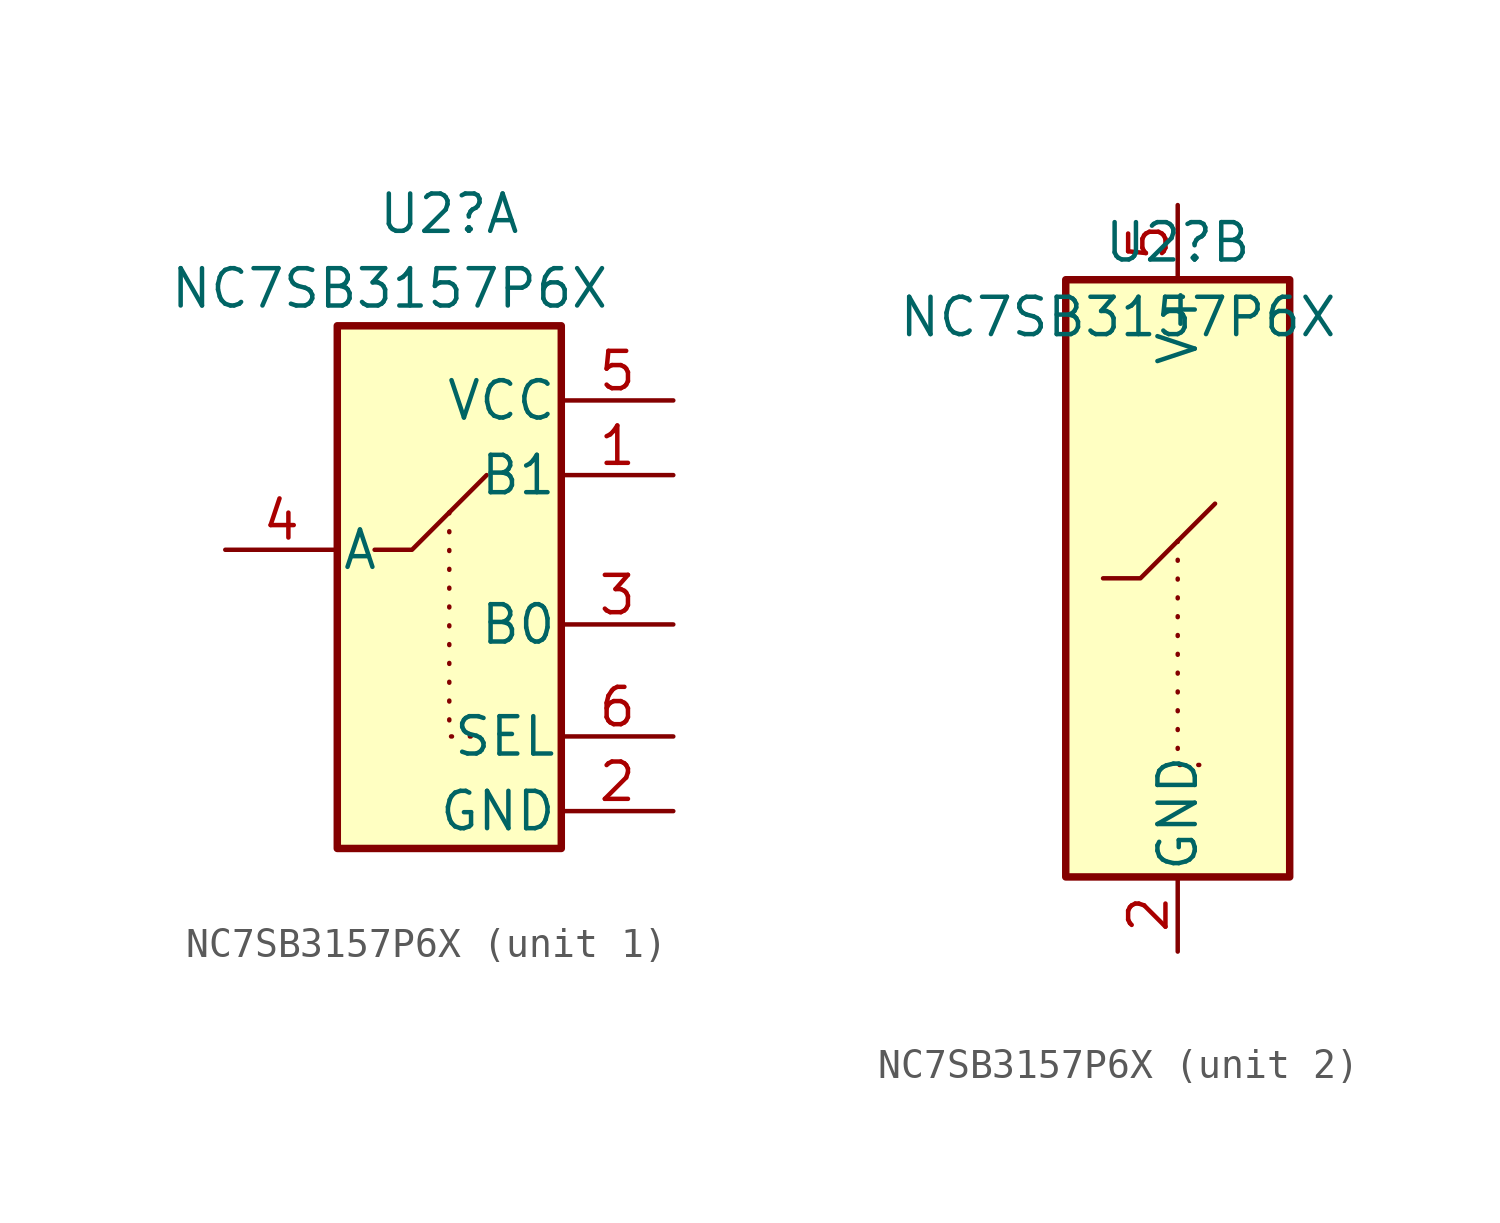
<source format=kicad_sym>
(kicad_symbol_lib
  (version 20231120)
  (generator "kicad_symbol_editor")
  (generator_version "8.0")
  (symbol "NC7SB3157P6X"
    (pin_names
      (offset 0.127))
    (property "Reference" "U2"
      (at 0 11.43 0)
      (effects (font (size 1.27 1.27))))
    (property "Value" "NC7SB3157P6X"
      (at -2.032 8.89 0)
      (effects (font (size 1.27 1.27))))
    (symbol "NC7SB3157P6X_0_1"
      (polyline (pts (xy -2.54 0) (xy -1.27 0) (xy 1.27 2.54)) (stroke (width 0) (type default)) (fill (type none)))
      (polyline (pts (xy 0 1.27) (xy 0 -6.35) (xy 1.27 -6.35)) (stroke (width 0) (type dot)) (fill (type none))))
    (symbol "NC7SB3157P6X_1_1"
      (rectangle (start -3.81 7.62) (end 3.81 -10.16) (stroke (width 0.254) (type default)) (fill (type background)))
      (pin passive line (at 7.62 2.54 180) (length 3.81) (name "B1" (effects (font (size 1.27 1.27)))) (number "1" (effects (font (size 1.27 1.27)))))
      (pin passive line (at 7.62 -8.89 180) (length 3.81) (name "GND" (effects (font (size 1.27 1.27)))) (number "2" (effects (font (size 1.27 1.27)))))
      (pin passive line (at 7.62 -2.54 180) (length 3.81) (name "B0" (effects (font (size 1.27 1.27)))) (number "3" (effects (font (size 1.27 1.27)))))
      (pin passive line (at -7.62 0 0) (length 3.81) (name "A" (effects (font (size 1.27 1.27)))) (number "4" (effects (font (size 1.27 1.27)))))
      (pin passive line (at 7.62 5.08 180) (length 3.81) (name "VCC" (effects (font (size 1.27 1.27)))) (number "5" (effects (font (size 1.27 1.27)))))
      (pin input line (at 7.62 -6.35 180) (length 3.81) (name "SEL" (effects (font (size 1.27 1.27)))) (number "6" (effects (font (size 1.27 1.27))))))
    (symbol "NC7SB3157P6X_2_0"
      (pin power_in line (at 0 -12.7 90) (length 2.54) (name "GND" (effects (font (size 1.27 1.27)))) (number "2" (effects (font (size 1.27 1.27)))))
      (pin power_in line (at 0 12.7 270) (length 2.54) (name "V+" (effects (font (size 1.27 1.27)))) (number "5" (effects (font (size 1.27 1.27))))))
    (symbol "NC7SB3157P6X_2_1"
      (rectangle (start -3.81 10.16) (end 3.81 -10.16) (stroke (width 0.254) (type default)) (fill (type background))))))
</source>
